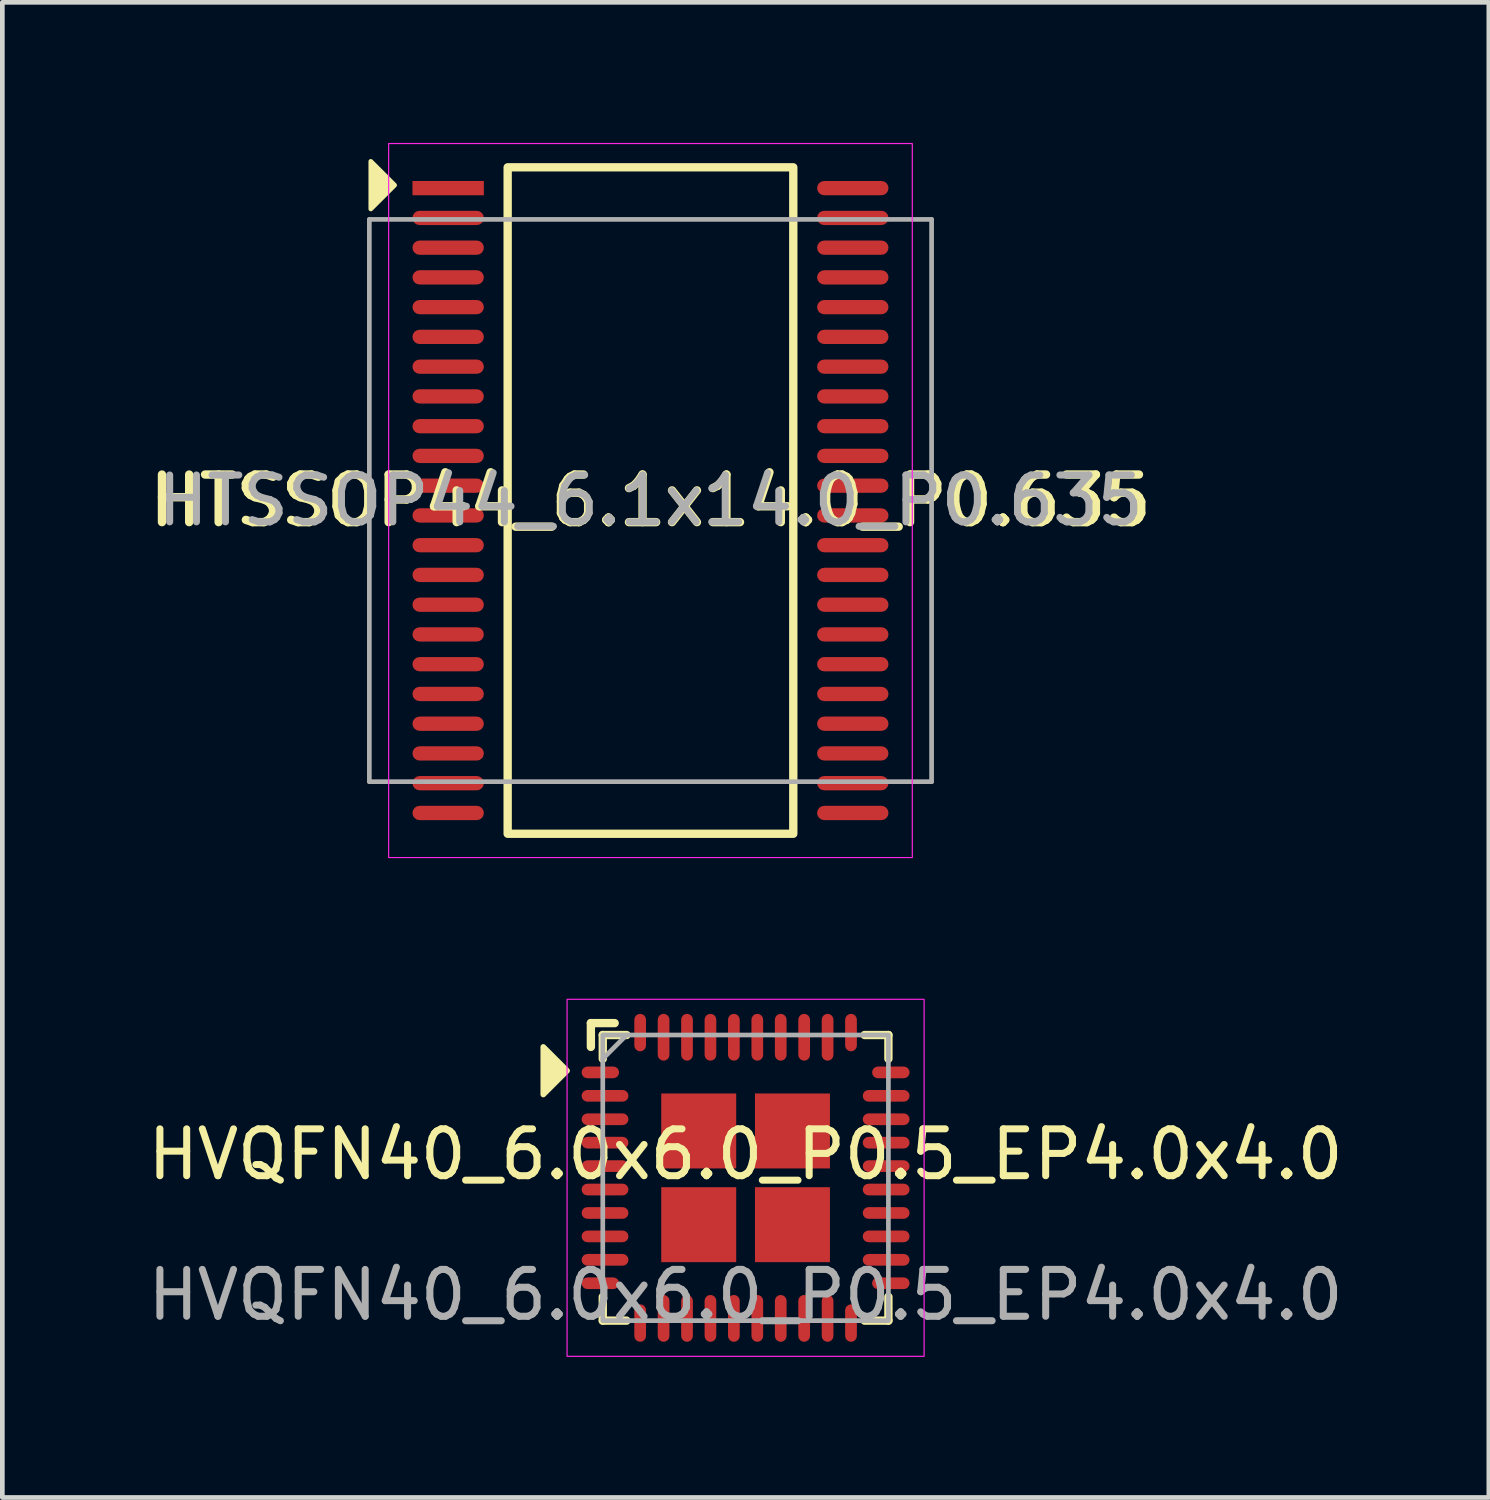
<source format=kicad_pcb>
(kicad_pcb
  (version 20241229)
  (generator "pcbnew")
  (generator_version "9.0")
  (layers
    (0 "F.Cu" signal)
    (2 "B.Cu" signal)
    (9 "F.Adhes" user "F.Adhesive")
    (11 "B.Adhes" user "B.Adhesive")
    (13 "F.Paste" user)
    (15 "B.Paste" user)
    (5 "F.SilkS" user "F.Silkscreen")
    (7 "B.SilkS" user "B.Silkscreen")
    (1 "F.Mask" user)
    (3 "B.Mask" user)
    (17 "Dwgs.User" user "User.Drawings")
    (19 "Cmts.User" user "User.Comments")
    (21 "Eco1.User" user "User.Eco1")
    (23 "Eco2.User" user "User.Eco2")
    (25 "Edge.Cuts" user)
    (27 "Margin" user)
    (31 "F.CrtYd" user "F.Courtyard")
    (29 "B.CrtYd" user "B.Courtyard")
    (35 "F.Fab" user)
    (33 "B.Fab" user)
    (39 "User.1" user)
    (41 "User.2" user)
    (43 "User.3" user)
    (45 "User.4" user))
  (footprint "HVQFN40_6.0x6.0_P0.5_EP4.0x4.0"
    (layer "F.Cu")
    (at 12.863 22.088)
    (property "Reference" "HVQFN40_6.0x6.0_P0.5_EP4.0x4.0" (at 0 -0.5 0) (unlocked yes) (layer "F.SilkS") (effects (font (size 1 1) (thickness 0.15))))
    (attr smd)
    (fp_line (start -3.302 -3.302) (end -2.794 -3.302) (stroke (width 0.178) (type solid)) (layer "F.SilkS"))
    (fp_line (start -3.302 -2.794) (end -3.302 -3.302) (stroke (width 0.178) (type solid)) (layer "F.SilkS"))
    (fp_line (start -3.048 -3.048) (end -3.048 -2.54) (stroke (width 0.178) (type solid)) (layer "F.SilkS"))
    (fp_line (start -3.048 2.54) (end -3.048 3.048) (stroke (width 0.178) (type solid)) (layer "F.SilkS"))
    (fp_line (start -2.54 -3.048) (end -3.048 -3.048) (stroke (width 0.178) (type solid)) (layer "F.SilkS"))
    (fp_line (start -2.54 3.048) (end -3.048 3.048) (stroke (width 0.178) (type solid)) (layer "F.SilkS"))
    (fp_line (start 2.54 -3.048) (end 3.048 -3.048) (stroke (width 0.178) (type solid)) (layer "F.SilkS"))
    (fp_line (start 2.54 3.048) (end 3.048 3.048) (stroke (width 0.178) (type solid)) (layer "F.SilkS"))
    (fp_line (start 3.048 -2.54) (end 3.048 -3.048) (stroke (width 0.178) (type solid)) (layer "F.SilkS"))
    (fp_line (start 3.048 2.54) (end 3.048 3.048) (stroke (width 0.178) (type solid)) (layer "F.SilkS"))
    (fp_poly (pts (xy -3.81 -2.286) (xy -4.318 -1.778) (xy -4.318 -2.794)) (stroke (width 0.12) (type solid)) (fill yes) (layer "F.SilkS"))
    (fp_rect (start -3.81 3.81) (end 3.81 -3.81) (stroke (width 0.025) (type solid)) (fill no) (layer "F.CrtYd"))
    (fp_line (start -3.048 -2.54) (end -2.54 -3.048) (stroke (width 0.1) (type solid)) (layer "F.Fab"))
    (fp_rect (start 3.048 -3.048) (end -3.048 3.048) (stroke (width 0.1) (type solid)) (fill no) (layer "F.Fab"))
    (fp_text user "${REFERENCE}" (at 0 2.5 0) (unlocked yes) (layer "F.Fab") (effects (font (size 1 1) (thickness 0.15))))
    (pad "1" smd roundrect (at -3.1 -2.25) (size 0.8 0.25) (layers "F.Cu" "F.Mask" "F.Paste") (roundrect_rratio 0.5))
    (pad "2" smd roundrect (at -3 -1.75) (size 1 0.25) (layers "F.Cu" "F.Mask" "F.Paste") (roundrect_rratio 0.5))
    (pad "3" smd roundrect (at -3 -1.25) (size 1 0.25) (layers "F.Cu" "F.Mask" "F.Paste") (roundrect_rratio 0.5))
    (pad "4" smd roundrect (at -3 -0.75) (size 1 0.25) (layers "F.Cu" "F.Mask" "F.Paste") (roundrect_rratio 0.5))
    (pad "5" smd roundrect (at -3 -0.25) (size 1 0.25) (layers "F.Cu" "F.Mask" "F.Paste") (roundrect_rratio 0.5))
    (pad "6" smd roundrect (at -3 0.25) (size 1 0.25) (layers "F.Cu" "F.Mask" "F.Paste") (roundrect_rratio 0.5))
    (pad "7" smd roundrect (at -3 0.75) (size 1 0.25) (layers "F.Cu" "F.Mask" "F.Paste") (roundrect_rratio 0.5))
    (pad "8" smd roundrect (at -3 1.25) (size 1 0.25) (layers "F.Cu" "F.Mask" "F.Paste") (roundrect_rratio 0.5))
    (pad "9" smd roundrect (at -3 1.75) (size 1 0.25) (layers "F.Cu" "F.Mask" "F.Paste") (roundrect_rratio 0.5))
    (pad "10" smd roundrect (at -3.1 2.25) (size 0.8 0.25) (layers "F.Cu" "F.Mask" "F.Paste") (roundrect_rratio 0.5))
    (pad "11" smd roundrect (at -2.25 3.1) (size 0.25 0.8) (layers "F.Cu" "F.Mask" "F.Paste") (roundrect_rratio 0.5))
    (pad "12" smd roundrect (at -1.75 3) (size 0.25 1) (layers "F.Cu" "F.Mask" "F.Paste") (roundrect_rratio 0.5))
    (pad "13" smd roundrect (at -1.25 3) (size 0.25 1) (layers "F.Cu" "F.Mask" "F.Paste") (roundrect_rratio 0.5))
    (pad "14" smd roundrect (at -0.75 3) (size 0.25 1) (layers "F.Cu" "F.Mask" "F.Paste") (roundrect_rratio 0.5))
    (pad "15" smd roundrect (at -0.25 3) (size 0.25 1) (layers "F.Cu" "F.Mask" "F.Paste") (roundrect_rratio 0.5))
    (pad "16" smd roundrect (at 0.25 3) (size 0.25 1) (layers "F.Cu" "F.Mask" "F.Paste") (roundrect_rratio 0.5))
    (pad "17" smd roundrect (at 0.75 3) (size 0.25 1) (layers "F.Cu" "F.Mask" "F.Paste") (roundrect_rratio 0.5))
    (pad "18" smd roundrect (at 1.25 3) (size 0.25 1) (layers "F.Cu" "F.Mask" "F.Paste") (roundrect_rratio 0.5))
    (pad "19" smd roundrect (at 1.75 3) (size 0.25 1) (layers "F.Cu" "F.Mask" "F.Paste") (roundrect_rratio 0.5))
    (pad "20" smd roundrect (at 2.25 3.1) (size 0.25 0.8) (layers "F.Cu" "F.Mask" "F.Paste") (roundrect_rratio 0.5))
    (pad "21" smd roundrect (at 3.1 2.25) (size 0.8 0.25) (layers "F.Cu" "F.Mask" "F.Paste") (roundrect_rratio 0.5))
    (pad "22" smd roundrect (at 3 1.75) (size 1 0.25) (layers "F.Cu" "F.Mask" "F.Paste") (roundrect_rratio 0.5))
    (pad "23" smd roundrect (at 3 1.25) (size 1 0.25) (layers "F.Cu" "F.Mask" "F.Paste") (roundrect_rratio 0.5))
    (pad "24" smd roundrect (at 3 0.75) (size 1 0.25) (layers "F.Cu" "F.Mask" "F.Paste") (roundrect_rratio 0.5))
    (pad "25" smd roundrect (at 3 0.25) (size 1 0.25) (layers "F.Cu" "F.Mask" "F.Paste") (roundrect_rratio 0.5))
    (pad "26" smd roundrect (at 3 -0.25) (size 1 0.25) (layers "F.Cu" "F.Mask" "F.Paste") (roundrect_rratio 0.5))
    (pad "27" smd roundrect (at 3 -0.75) (size 1 0.25) (layers "F.Cu" "F.Mask" "F.Paste") (roundrect_rratio 0.5))
    (pad "28" smd roundrect (at 3 -1.25) (size 1 0.25) (layers "F.Cu" "F.Mask" "F.Paste") (roundrect_rratio 0.5))
    (pad "29" smd roundrect (at 3 -1.75) (size 1 0.25) (layers "F.Cu" "F.Mask" "F.Paste") (roundrect_rratio 0.5))
    (pad "30" smd roundrect (at 3.1 -2.25) (size 0.8 0.25) (layers "F.Cu" "F.Mask" "F.Paste") (roundrect_rratio 0.5))
    (pad "31" smd roundrect (at 2.25 -3.1) (size 0.25 0.8) (layers "F.Cu" "F.Mask" "F.Paste") (roundrect_rratio 0.5))
    (pad "32" smd roundrect (at 1.75 -3) (size 0.25 1) (layers "F.Cu" "F.Mask" "F.Paste") (roundrect_rratio 0.5))
    (pad "33" smd roundrect (at 1.25 -3) (size 0.25 1) (layers "F.Cu" "F.Mask" "F.Paste") (roundrect_rratio 0.5))
    (pad "34" smd roundrect (at 0.75 -3) (size 0.25 1) (layers "F.Cu" "F.Mask" "F.Paste") (roundrect_rratio 0.5))
    (pad "35" smd roundrect (at 0.25 -3) (size 0.25 1) (layers "F.Cu" "F.Mask" "F.Paste") (roundrect_rratio 0.5))
    (pad "36" smd roundrect (at -0.25 -3) (size 0.25 1) (layers "F.Cu" "F.Mask" "F.Paste") (roundrect_rratio 0.5))
    (pad "37" smd roundrect (at -0.75 -3) (size 0.25 1) (layers "F.Cu" "F.Mask" "F.Paste") (roundrect_rratio 0.5))
    (pad "38" smd roundrect (at -1.25 -3) (size 0.25 1) (layers "F.Cu" "F.Mask" "F.Paste") (roundrect_rratio 0.5))
    (pad "39" smd roundrect (at -1.75 -3) (size 0.25 1) (layers "F.Cu" "F.Mask" "F.Paste") (roundrect_rratio 0.5))
    (pad "40" smd roundrect (at -2.25 -3.1) (size 0.25 0.8) (layers "F.Cu" "F.Mask" "F.Paste") (roundrect_rratio 0.5))
    (pad "41" smd rect (at -1 -1) (size 1.6 1.6) (layers "F.Cu" "F.Mask" "F.Paste"))
    (pad "41" smd rect (at -1 1) (size 1.6 1.6) (layers "F.Cu" "F.Mask" "F.Paste"))
    (pad "41" smd rect (at 1 -1) (size 1.6 1.6) (layers "F.Cu" "F.Mask" "F.Paste"))
    (pad "41" smd rect (at 1 1) (size 1.6 1.6) (layers "F.Cu" "F.Mask" "F.Paste")))
  (footprint "HTSSOP44_6.1x14.0_P0.635"
    (layer "F.Cu")
    (at 10.833 7.633)
    (property "Reference" "HTSSOP44_6.1x14.0_P0.635" (at 0 0 0) (layer "F.SilkS") (effects (font (size 1.016 1.016) (thickness 0.178))))
    (attr smd)
    (fp_rect (start -3.048 -7.112) (end 3.048 7.112) (stroke (width 0.178) (type solid)) (fill no) (layer "F.SilkS"))
    (fp_poly (pts (xy -5.461 -6.731) (xy -5.969 -6.223) (xy -5.969 -7.239)) (stroke (width 0.1) (type solid)) (fill yes) (layer "F.SilkS"))
    (fp_rect (start -5.588 -7.62) (end 5.588 7.62) (stroke (width 0.025) (type solid)) (fill no) (layer "F.CrtYd"))
    (fp_line (start -6 -6) (end -6 6) (stroke (width 0.1) (type solid)) (layer "F.Fab"))
    (fp_line (start -6 6) (end 6 6) (stroke (width 0.1) (type solid)) (layer "F.Fab"))
    (fp_line (start 6 -6) (end -6 -6) (stroke (width 0.1) (type solid)) (layer "F.Fab"))
    (fp_line (start 6 6) (end 6 -6) (stroke (width 0.1) (type solid)) (layer "F.Fab"))
    (fp_text user "${REFERENCE}" (at 0 0 0) (layer "F.Fab") (effects (font (size 1 1) (thickness 0.15))))
    (pad "1" smd rect (at -4.318 -6.668) (size 1.524 0.305) (layers "F.Cu" "F.Mask" "F.Paste"))
    (pad "2" smd roundrect (at -4.318 -6.032) (size 1.524 0.305) (layers "F.Cu" "F.Mask" "F.Paste") (roundrect_rratio 0.5))
    (pad "3" smd roundrect (at -4.318 -5.397) (size 1.524 0.305) (layers "F.Cu" "F.Mask" "F.Paste") (roundrect_rratio 0.5))
    (pad "4" smd roundrect (at -4.318 -4.763) (size 1.524 0.305) (layers "F.Cu" "F.Mask" "F.Paste") (roundrect_rratio 0.5))
    (pad "5" smd roundrect (at -4.318 -4.128) (size 1.524 0.305) (layers "F.Cu" "F.Mask" "F.Paste") (roundrect_rratio 0.5))
    (pad "6" smd roundrect (at -4.318 -3.493) (size 1.524 0.305) (layers "F.Cu" "F.Mask" "F.Paste") (roundrect_rratio 0.5))
    (pad "7" smd roundrect (at -4.318 -2.857) (size 1.524 0.305) (layers "F.Cu" "F.Mask" "F.Paste") (roundrect_rratio 0.5))
    (pad "8" smd roundrect (at -4.318 -2.223) (size 1.524 0.305) (layers "F.Cu" "F.Mask" "F.Paste") (roundrect_rratio 0.5))
    (pad "9" smd roundrect (at -4.318 -1.587) (size 1.524 0.305) (layers "F.Cu" "F.Mask" "F.Paste") (roundrect_rratio 0.5))
    (pad "10" smd roundrect (at -4.318 -0.953) (size 1.524 0.305) (layers "F.Cu" "F.Mask" "F.Paste") (roundrect_rratio 0.5))
    (pad "11" smd roundrect (at -4.318 -0.318) (size 1.524 0.305) (layers "F.Cu" "F.Mask" "F.Paste") (roundrect_rratio 0.5))
    (pad "12" smd roundrect (at -4.318 0.318) (size 1.524 0.305) (layers "F.Cu" "F.Mask" "F.Paste") (roundrect_rratio 0.5))
    (pad "13" smd roundrect (at -4.318 0.953) (size 1.524 0.305) (layers "F.Cu" "F.Mask" "F.Paste") (roundrect_rratio 0.5))
    (pad "14" smd roundrect (at -4.318 1.587) (size 1.524 0.305) (layers "F.Cu" "F.Mask" "F.Paste") (roundrect_rratio 0.5))
    (pad "15" smd roundrect (at -4.318 2.223) (size 1.524 0.305) (layers "F.Cu" "F.Mask" "F.Paste") (roundrect_rratio 0.5))
    (pad "16" smd roundrect (at -4.318 2.857) (size 1.524 0.305) (layers "F.Cu" "F.Mask" "F.Paste") (roundrect_rratio 0.5))
    (pad "17" smd roundrect (at -4.318 3.493) (size 1.524 0.305) (layers "F.Cu" "F.Mask" "F.Paste") (roundrect_rratio 0.5))
    (pad "18" smd roundrect (at -4.318 4.128) (size 1.524 0.305) (layers "F.Cu" "F.Mask" "F.Paste") (roundrect_rratio 0.5))
    (pad "19" smd roundrect (at -4.318 4.763) (size 1.524 0.305) (layers "F.Cu" "F.Mask" "F.Paste") (roundrect_rratio 0.5))
    (pad "20" smd roundrect (at -4.318 5.397) (size 1.524 0.305) (layers "F.Cu" "F.Mask" "F.Paste") (roundrect_rratio 0.5))
    (pad "21" smd roundrect (at -4.318 6.032) (size 1.524 0.305) (layers "F.Cu" "F.Mask" "F.Paste") (roundrect_rratio 0.5))
    (pad "22" smd roundrect (at -4.318 6.668) (size 1.524 0.305) (layers "F.Cu" "F.Mask" "F.Paste") (roundrect_rratio 0.5))
    (pad "23" smd roundrect (at 4.318 6.668) (size 1.524 0.305) (layers "F.Cu" "F.Mask" "F.Paste") (roundrect_rratio 0.5))
    (pad "24" smd roundrect (at 4.318 6.032) (size 1.524 0.305) (layers "F.Cu" "F.Mask" "F.Paste") (roundrect_rratio 0.5))
    (pad "25" smd roundrect (at 4.318 5.397) (size 1.524 0.305) (layers "F.Cu" "F.Mask" "F.Paste") (roundrect_rratio 0.5))
    (pad "26" smd roundrect (at 4.318 4.763) (size 1.524 0.305) (layers "F.Cu" "F.Mask" "F.Paste") (roundrect_rratio 0.5))
    (pad "27" smd roundrect (at 4.318 4.128) (size 1.524 0.305) (layers "F.Cu" "F.Mask" "F.Paste") (roundrect_rratio 0.5))
    (pad "28" smd roundrect (at 4.318 3.493) (size 1.524 0.305) (layers "F.Cu" "F.Mask" "F.Paste") (roundrect_rratio 0.5))
    (pad "29" smd roundrect (at 4.318 2.857) (size 1.524 0.305) (layers "F.Cu" "F.Mask" "F.Paste") (roundrect_rratio 0.5))
    (pad "30" smd roundrect (at 4.318 2.223) (size 1.524 0.305) (layers "F.Cu" "F.Mask" "F.Paste") (roundrect_rratio 0.5))
    (pad "31" smd roundrect (at 4.318 1.587) (size 1.524 0.305) (layers "F.Cu" "F.Mask" "F.Paste") (roundrect_rratio 0.5))
    (pad "32" smd roundrect (at 4.318 0.953) (size 1.524 0.305) (layers "F.Cu" "F.Mask" "F.Paste") (roundrect_rratio 0.5))
    (pad "33" smd roundrect (at 4.318 0.318) (size 1.524 0.305) (layers "F.Cu" "F.Mask" "F.Paste") (roundrect_rratio 0.5))
    (pad "34" smd roundrect (at 4.318 -0.318) (size 1.524 0.305) (layers "F.Cu" "F.Mask" "F.Paste") (roundrect_rratio 0.5))
    (pad "35" smd roundrect (at 4.318 -0.953) (size 1.524 0.305) (layers "F.Cu" "F.Mask" "F.Paste") (roundrect_rratio 0.5))
    (pad "36" smd roundrect (at 4.318 -1.587) (size 1.524 0.305) (layers "F.Cu" "F.Mask" "F.Paste") (roundrect_rratio 0.5))
    (pad "37" smd roundrect (at 4.318 -2.223) (size 1.524 0.305) (layers "F.Cu" "F.Mask" "F.Paste") (roundrect_rratio 0.5))
    (pad "38" smd roundrect (at 4.318 -2.857) (size 1.524 0.305) (layers "F.Cu" "F.Mask" "F.Paste") (roundrect_rratio 0.5))
    (pad "39" smd roundrect (at 4.318 -3.493) (size 1.524 0.305) (layers "F.Cu" "F.Mask" "F.Paste") (roundrect_rratio 0.5))
    (pad "40" smd roundrect (at 4.318 -4.128) (size 1.524 0.305) (layers "F.Cu" "F.Mask" "F.Paste") (roundrect_rratio 0.5))
    (pad "41" smd roundrect (at 4.318 -4.763) (size 1.524 0.305) (layers "F.Cu" "F.Mask" "F.Paste") (roundrect_rratio 0.5))
    (pad "42" smd roundrect (at 4.318 -5.397) (size 1.524 0.305) (layers "F.Cu" "F.Mask" "F.Paste") (roundrect_rratio 0.5))
    (pad "43" smd roundrect (at 4.318 -6.032) (size 1.524 0.305) (layers "F.Cu" "F.Mask" "F.Paste") (roundrect_rratio 0.5))
    (pad "44" smd roundrect (at 4.318 -6.668) (size 1.524 0.305) (layers "F.Cu" "F.Mask" "F.Paste") (roundrect_rratio 0.5)))
  (gr_rect
    (start -3 -3)
    (end 28.726 28.911)
    (stroke (width 0.1) (type default))
    (fill no)
    (layer "Edge.Cuts")))
</source>
